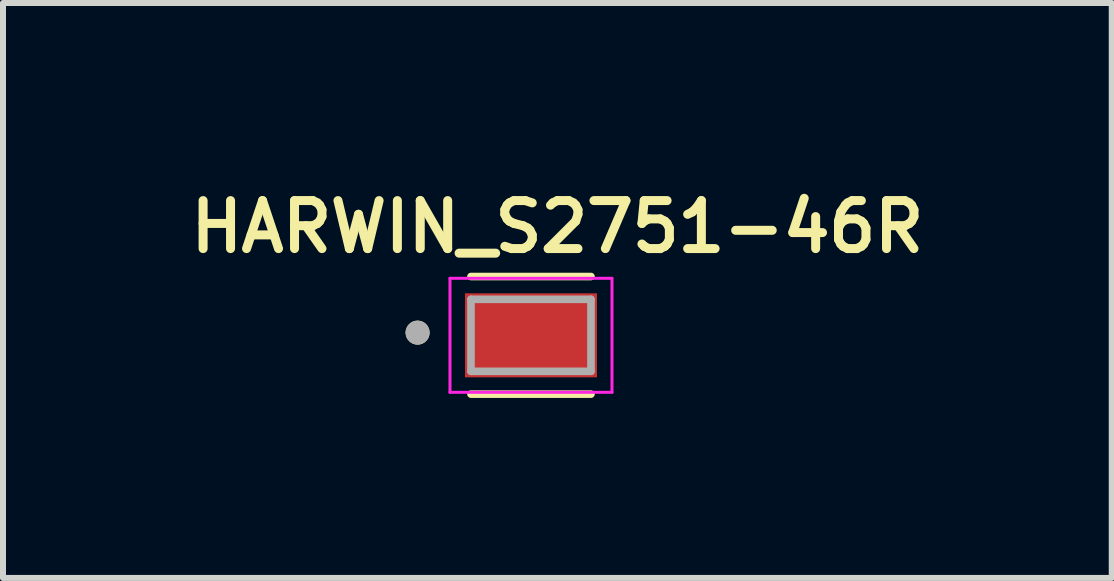
<source format=kicad_pcb>
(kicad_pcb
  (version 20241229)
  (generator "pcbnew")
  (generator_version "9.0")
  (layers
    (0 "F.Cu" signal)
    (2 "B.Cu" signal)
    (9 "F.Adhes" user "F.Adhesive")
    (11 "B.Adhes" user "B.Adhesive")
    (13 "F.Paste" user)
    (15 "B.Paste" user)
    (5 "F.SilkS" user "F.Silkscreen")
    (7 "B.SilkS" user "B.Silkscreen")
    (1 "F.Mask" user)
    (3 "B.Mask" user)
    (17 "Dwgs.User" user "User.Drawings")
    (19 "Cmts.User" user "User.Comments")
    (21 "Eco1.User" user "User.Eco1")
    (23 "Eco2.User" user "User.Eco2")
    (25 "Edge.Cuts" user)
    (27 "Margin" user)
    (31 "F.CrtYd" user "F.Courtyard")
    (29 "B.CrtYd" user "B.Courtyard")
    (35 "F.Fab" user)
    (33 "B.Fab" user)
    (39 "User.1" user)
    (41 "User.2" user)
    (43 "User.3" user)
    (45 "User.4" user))
  (footprint "HARWIN_S2751-46R"
    (layer "F.Cu")
    (at 5.8 2.539)
    (property "Reference" "HARWIN_S2751-46R" (at 0.44 -1.808 0) (layer "F.SilkS") (effects (font (size 0.8 0.8) (thickness 0.15))))
    (attr through_hole)
    (fp_line (start -1 -0.98) (end 1 -0.98) (stroke (width 0.127) (type solid)) (layer "F.SilkS"))
    (fp_line (start 1 0.98) (end -1 0.98) (stroke (width 0.127) (type solid)) (layer "F.SilkS"))
    (fp_circle (center -1.89 -0.045) (end -1.79 -0.045) (stroke (width 0.2) (type solid)) (fill no) (layer "F.SilkS"))
    (fp_line (start -1.35 -0.95) (end 1.35 -0.95) (stroke (width 0.05) (type solid)) (layer "F.CrtYd"))
    (fp_line (start -1.35 0.95) (end -1.35 -0.95) (stroke (width 0.05) (type solid)) (layer "F.CrtYd"))
    (fp_line (start 1.35 -0.95) (end 1.35 0.95) (stroke (width 0.05) (type solid)) (layer "F.CrtYd"))
    (fp_line (start 1.35 0.95) (end -1.35 0.95) (stroke (width 0.05) (type solid)) (layer "F.CrtYd"))
    (fp_line (start -1 -0.6) (end 1 -0.6) (stroke (width 0.127) (type solid)) (layer "F.Fab"))
    (fp_line (start -1 0.6) (end -1 -0.6) (stroke (width 0.127) (type solid)) (layer "F.Fab"))
    (fp_line (start 1 -0.6) (end 1 0.6) (stroke (width 0.127) (type solid)) (layer "F.Fab"))
    (fp_line (start 1 0.6) (end -1 0.6) (stroke (width 0.127) (type solid)) (layer "F.Fab"))
    (fp_circle (center -1.89 -0.045) (end -1.79 -0.045) (stroke (width 0.2) (type solid)) (fill no) (layer "F.Fab"))
    (pad "1" smd rect (at 0 0) (size 2.2 1.4) (layers "F.Cu" "F.Mask" "F.Paste")))
  (gr_rect
    (start -3 -3)
    (end 15.48 6.583)
    (stroke (width 0.1) (type default))
    (fill no)
    (layer "Edge.Cuts")))
</source>
